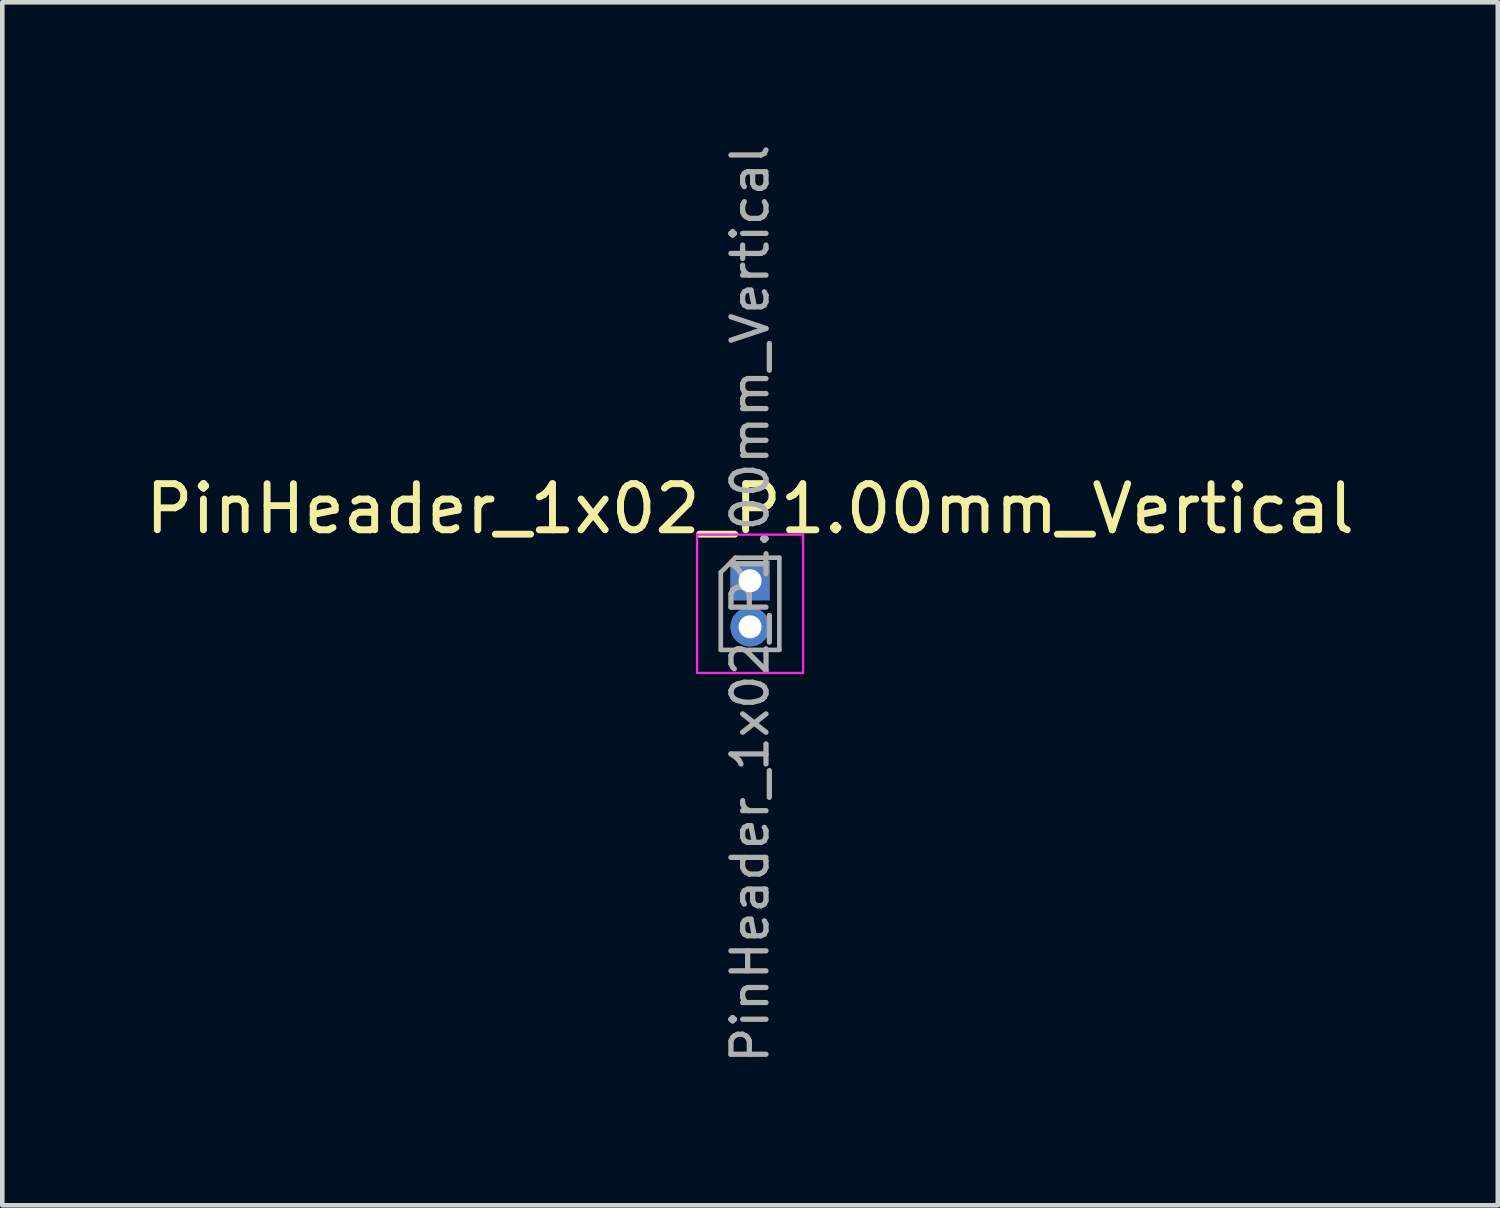
<source format=kicad_pcb>
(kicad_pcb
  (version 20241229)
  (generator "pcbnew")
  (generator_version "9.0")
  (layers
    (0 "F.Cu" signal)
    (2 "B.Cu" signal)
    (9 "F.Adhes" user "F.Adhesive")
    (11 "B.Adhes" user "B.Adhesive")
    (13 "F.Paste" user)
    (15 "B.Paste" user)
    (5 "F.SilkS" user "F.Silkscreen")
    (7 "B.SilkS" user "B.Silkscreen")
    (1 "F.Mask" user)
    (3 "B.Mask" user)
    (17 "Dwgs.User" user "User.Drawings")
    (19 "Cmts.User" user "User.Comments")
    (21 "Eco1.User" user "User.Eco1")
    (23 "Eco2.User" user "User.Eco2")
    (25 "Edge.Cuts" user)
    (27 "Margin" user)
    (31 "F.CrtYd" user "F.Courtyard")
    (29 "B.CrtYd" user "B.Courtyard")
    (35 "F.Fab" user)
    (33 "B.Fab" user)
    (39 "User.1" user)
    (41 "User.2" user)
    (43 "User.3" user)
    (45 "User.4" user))
  (footprint "PinHeader_1x02_P1.00mm_Vertical"
    (layer "F.Cu")
    (at 13.22 9.547)
    (property "Reference" "PinHeader_1x02_P1.00mm_Vertical" (at 0 -1.56 0) (layer "F.SilkS") (effects (font (size 1 1) (thickness 0.15))))
    (attr through_hole)
    (fp_line (start -1.15 -1) (end -1.15 2) (stroke (width 0.05) (type solid)) (layer "F.CrtYd"))
    (fp_line (start -1.15 2) (end 1.15 2) (stroke (width 0.05) (type solid)) (layer "F.CrtYd"))
    (fp_line (start 1.15 -1) (end -1.15 -1) (stroke (width 0.05) (type solid)) (layer "F.CrtYd"))
    (fp_line (start 1.15 2) (end 1.15 -1) (stroke (width 0.05) (type solid)) (layer "F.CrtYd"))
    (fp_line (start -0.635 -0.182) (end -0.318 -0.5) (stroke (width 0.1) (type solid)) (layer "F.Fab"))
    (fp_line (start -0.635 1.5) (end -0.635 -0.182) (stroke (width 0.1) (type solid)) (layer "F.Fab"))
    (fp_line (start -0.318 -0.5) (end 0.635 -0.5) (stroke (width 0.1) (type solid)) (layer "F.Fab"))
    (fp_line (start 0.635 -0.5) (end 0.635 1.5) (stroke (width 0.1) (type solid)) (layer "F.Fab"))
    (fp_line (start 0.635 1.5) (end -0.635 1.5) (stroke (width 0.1) (type solid)) (layer "F.Fab"))
    (fp_text user "${REFERENCE}" (at 0 0.5 90) (layer "F.Fab") (effects (font (size 0.76 0.76) (thickness 0.114))))
    (pad "1" thru_hole rect (at 0 0) (size 0.85 0.85) (drill 0.5) (layers "*.Cu" "*.Mask"))
    (pad "2" thru_hole oval (at 0 1) (size 0.85 0.85) (drill 0.5) (layers "*.Cu" "*.Mask")))
  (gr_rect
    (start -3 -3)
    (end 29.44 23.095)
    (stroke (width 0.1) (type default))
    (fill no)
    (layer "Edge.Cuts")))
</source>
